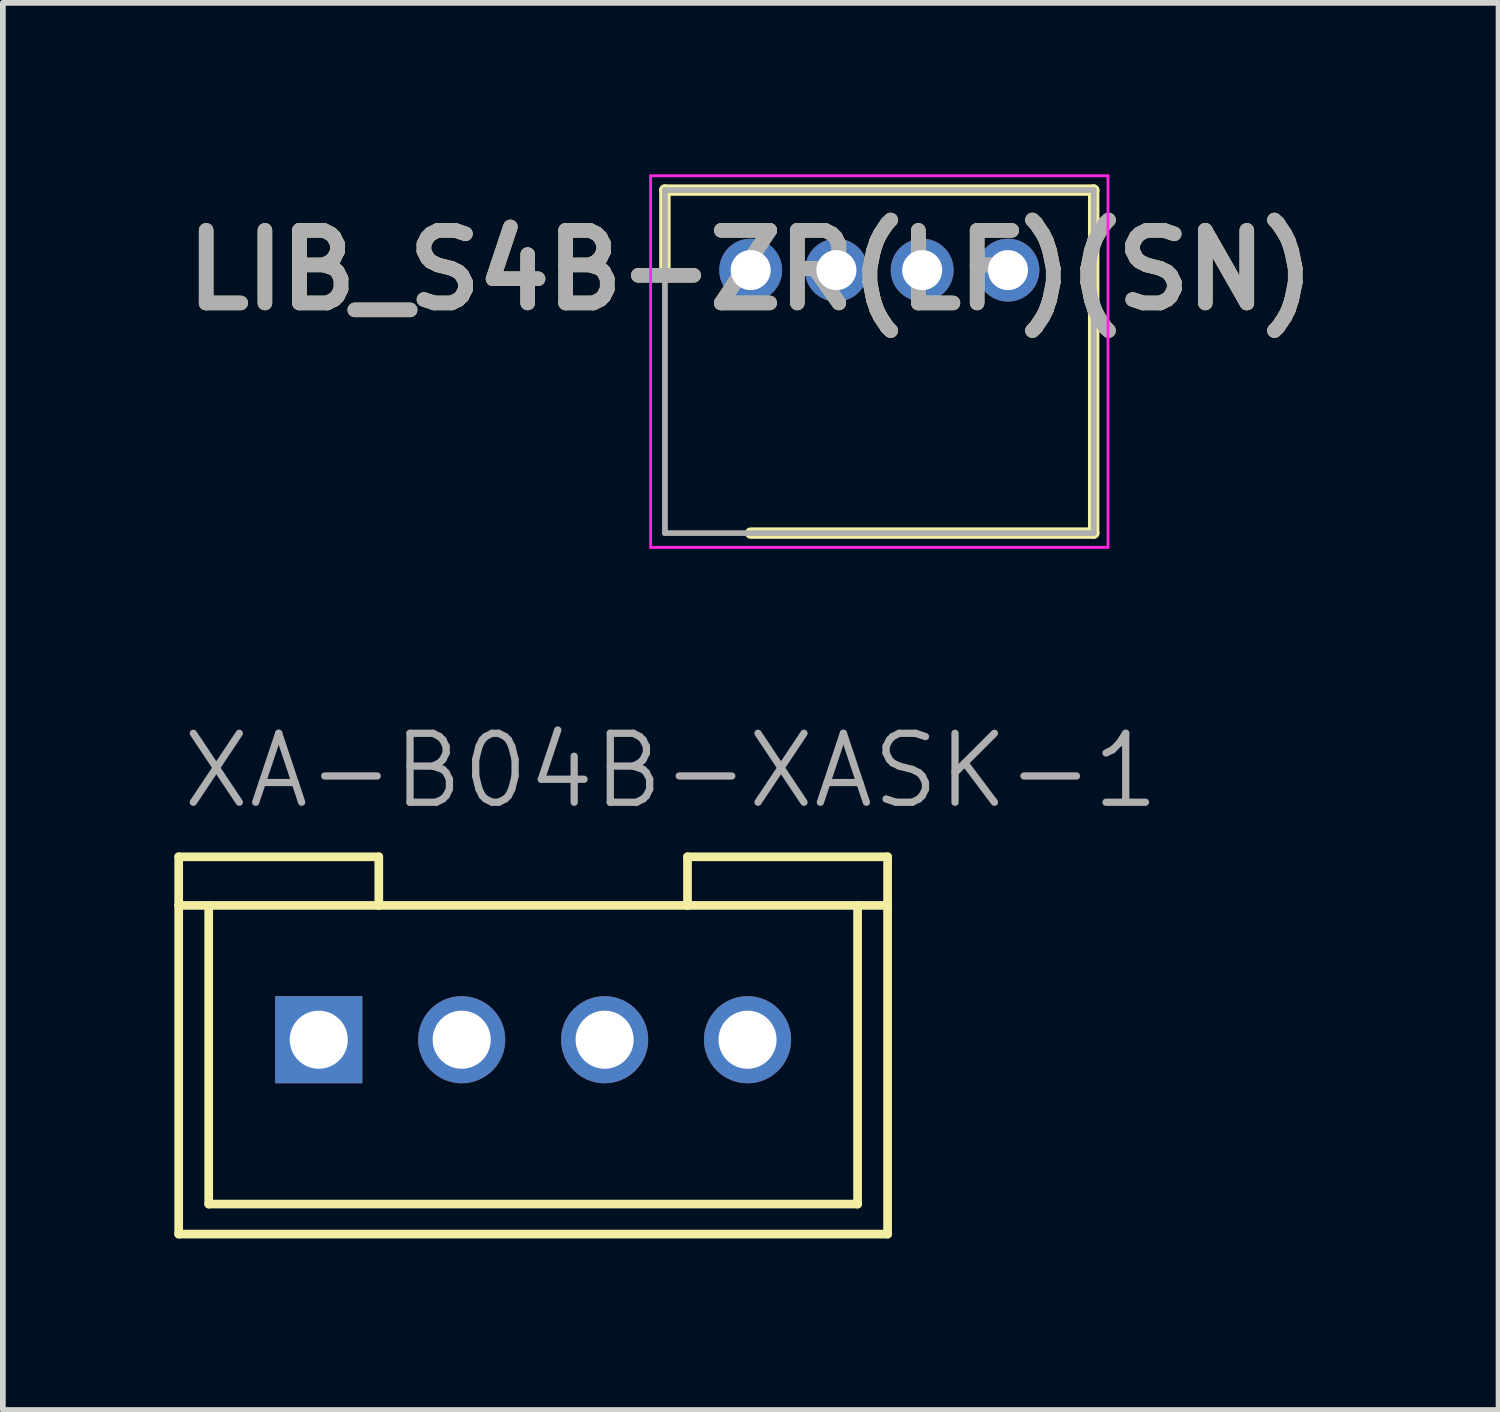
<source format=kicad_pcb>
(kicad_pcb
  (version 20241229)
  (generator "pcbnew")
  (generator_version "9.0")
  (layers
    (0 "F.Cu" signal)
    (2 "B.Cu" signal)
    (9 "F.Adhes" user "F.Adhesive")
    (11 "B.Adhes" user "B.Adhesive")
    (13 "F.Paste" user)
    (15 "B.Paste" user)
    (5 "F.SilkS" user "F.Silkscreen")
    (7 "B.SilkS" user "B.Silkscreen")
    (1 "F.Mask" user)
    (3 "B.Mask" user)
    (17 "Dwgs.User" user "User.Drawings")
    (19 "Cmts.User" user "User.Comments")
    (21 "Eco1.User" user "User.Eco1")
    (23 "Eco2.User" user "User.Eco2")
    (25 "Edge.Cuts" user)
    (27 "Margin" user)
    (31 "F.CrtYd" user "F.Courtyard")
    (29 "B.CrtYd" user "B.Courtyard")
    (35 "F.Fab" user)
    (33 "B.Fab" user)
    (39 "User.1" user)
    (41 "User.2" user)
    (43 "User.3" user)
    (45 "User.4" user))
  (footprint "LIB_S4B-ZR(LF)(SN)"
    (layer "F.Cu")
    (at 10.081 1.675)
    (property "Reference" "LIB_S4B-ZR(LF)(SN)" (at 0 0 0) (layer "F.SilkS") (effects (font (size 1.27 1.27) (thickness 0.254))))
    (attr through_hole)
    (fp_line (start -1.5 -1.4) (end -1.5 0) (stroke (width 0.2) (type solid)) (layer "F.SilkS"))
    (fp_line (start 0 4.6) (end 6 4.6) (stroke (width 0.2) (type solid)) (layer "F.SilkS"))
    (fp_line (start 6 -1.4) (end -1.5 -1.4) (stroke (width 0.2) (type solid)) (layer "F.SilkS"))
    (fp_line (start 6 4.6) (end 6 -1.4) (stroke (width 0.2) (type solid)) (layer "F.SilkS"))
    (fp_line (start -1.75 -1.65) (end 6.25 -1.65) (stroke (width 0.05) (type solid)) (layer "F.CrtYd"))
    (fp_line (start -1.75 4.85) (end -1.75 -1.65) (stroke (width 0.05) (type solid)) (layer "F.CrtYd"))
    (fp_line (start 6.25 -1.65) (end 6.25 4.85) (stroke (width 0.05) (type solid)) (layer "F.CrtYd"))
    (fp_line (start 6.25 4.85) (end -1.75 4.85) (stroke (width 0.05) (type solid)) (layer "F.CrtYd"))
    (fp_line (start -1.5 -1.4) (end 6 -1.4) (stroke (width 0.1) (type solid)) (layer "F.Fab"))
    (fp_line (start -1.5 4.6) (end -1.5 -1.4) (stroke (width 0.1) (type solid)) (layer "F.Fab"))
    (fp_line (start 6 -1.4) (end 6 4.6) (stroke (width 0.1) (type solid)) (layer "F.Fab"))
    (fp_line (start 6 4.6) (end -1.5 4.6) (stroke (width 0.1) (type solid)) (layer "F.Fab"))
    (fp_text user "${REFERENCE}" (at 0 0 0) (layer "F.Fab") (effects (font (size 1.27 1.27) (thickness 0.254))))
    (pad "1" thru_hole circle (at 0 0) (size 1.1 1.1) (drill 0.7) (layers "*.Cu" "*.Mask"))
    (pad "2" thru_hole circle (at 1.5 0) (size 1.1 1.1) (drill 0.7) (layers "*.Cu" "*.Mask"))
    (pad "3" thru_hole circle (at 3 0) (size 1.1 1.1) (drill 0.7) (layers "*.Cu" "*.Mask"))
    (pad "4" thru_hole circle (at 4.5 0) (size 1.1 1.1) (drill 0.7) (layers "*.Cu" "*.Mask")))
  (footprint "XA-B04B-XASK-1"
    (layer "F.Cu")
    (at 6.276 15.137)
    (property "Reference" "XA-B04B-XASK-1" (at -6.2 -4 0) (layer "F.Fab") (effects (font (size 1.206 1.206) (thickness 0.127)) (justify left bottom)))
    (attr through_hole)
    (fp_line (start -6.2 -3.2) (end -2.7 -3.2) (stroke (width 0.152) (type solid)) (layer "F.SilkS"))
    (fp_line (start -6.2 -2.35) (end -6.2 -3.2) (stroke (width 0.152) (type solid)) (layer "F.SilkS"))
    (fp_line (start -6.2 -2.35) (end -6.2 3.4) (stroke (width 0.152) (type solid)) (layer "F.SilkS"))
    (fp_line (start -6.2 -2.35) (end -5.675 -2.35) (stroke (width 0.152) (type solid)) (layer "F.SilkS"))
    (fp_line (start -5.675 -2.35) (end -5.675 2.875) (stroke (width 0.152) (type solid)) (layer "F.SilkS"))
    (fp_line (start -5.675 -2.35) (end -2.7 -2.35) (stroke (width 0.152) (type solid)) (layer "F.SilkS"))
    (fp_line (start -5.675 2.875) (end 5.675 2.875) (stroke (width 0.152) (type solid)) (layer "F.SilkS"))
    (fp_line (start -2.7 -3.2) (end -2.7 -2.35) (stroke (width 0.152) (type solid)) (layer "F.SilkS"))
    (fp_line (start -2.7 -2.35) (end 2.7 -2.35) (stroke (width 0.152) (type solid)) (layer "F.SilkS"))
    (fp_line (start 2.7 -3.2) (end 6.2 -3.2) (stroke (width 0.152) (type solid)) (layer "F.SilkS"))
    (fp_line (start 2.7 -2.35) (end 2.7 -3.2) (stroke (width 0.152) (type solid)) (layer "F.SilkS"))
    (fp_line (start 2.7 -2.35) (end 5.675 -2.35) (stroke (width 0.152) (type solid)) (layer "F.SilkS"))
    (fp_line (start 5.675 -2.35) (end 6.2 -2.35) (stroke (width 0.152) (type solid)) (layer "F.SilkS"))
    (fp_line (start 5.675 2.875) (end 5.675 -2.35) (stroke (width 0.152) (type solid)) (layer "F.SilkS"))
    (fp_line (start 6.2 -2.35) (end 6.2 -3.2) (stroke (width 0.152) (type solid)) (layer "F.SilkS"))
    (fp_line (start 6.2 -2.35) (end 6.2 3.4) (stroke (width 0.152) (type solid)) (layer "F.SilkS"))
    (fp_line (start 6.2 3.4) (end -6.2 3.4) (stroke (width 0.152) (type solid)) (layer "F.SilkS"))
    (pad "1" thru_hole rect (at -3.75 0 90) (size 1.524 1.524) (drill 1.016) (layers "*.Cu" "*.Mask"))
    (pad "2" thru_hole circle (at -1.25 0 90) (size 1.524 1.524) (drill 1.016) (layers "*.Cu" "*.Mask"))
    (pad "3" thru_hole circle (at 1.25 0 90) (size 1.524 1.524) (drill 1.016) (layers "*.Cu" "*.Mask"))
    (pad "4" thru_hole circle (at 3.75 0 90) (size 1.524 1.524) (drill 1.016) (layers "*.Cu" "*.Mask")))
  (gr_rect
    (start -3 -3)
    (end 23.163 21.614)
    (stroke (width 0.1) (type default))
    (fill no)
    (layer "Edge.Cuts")))
</source>
